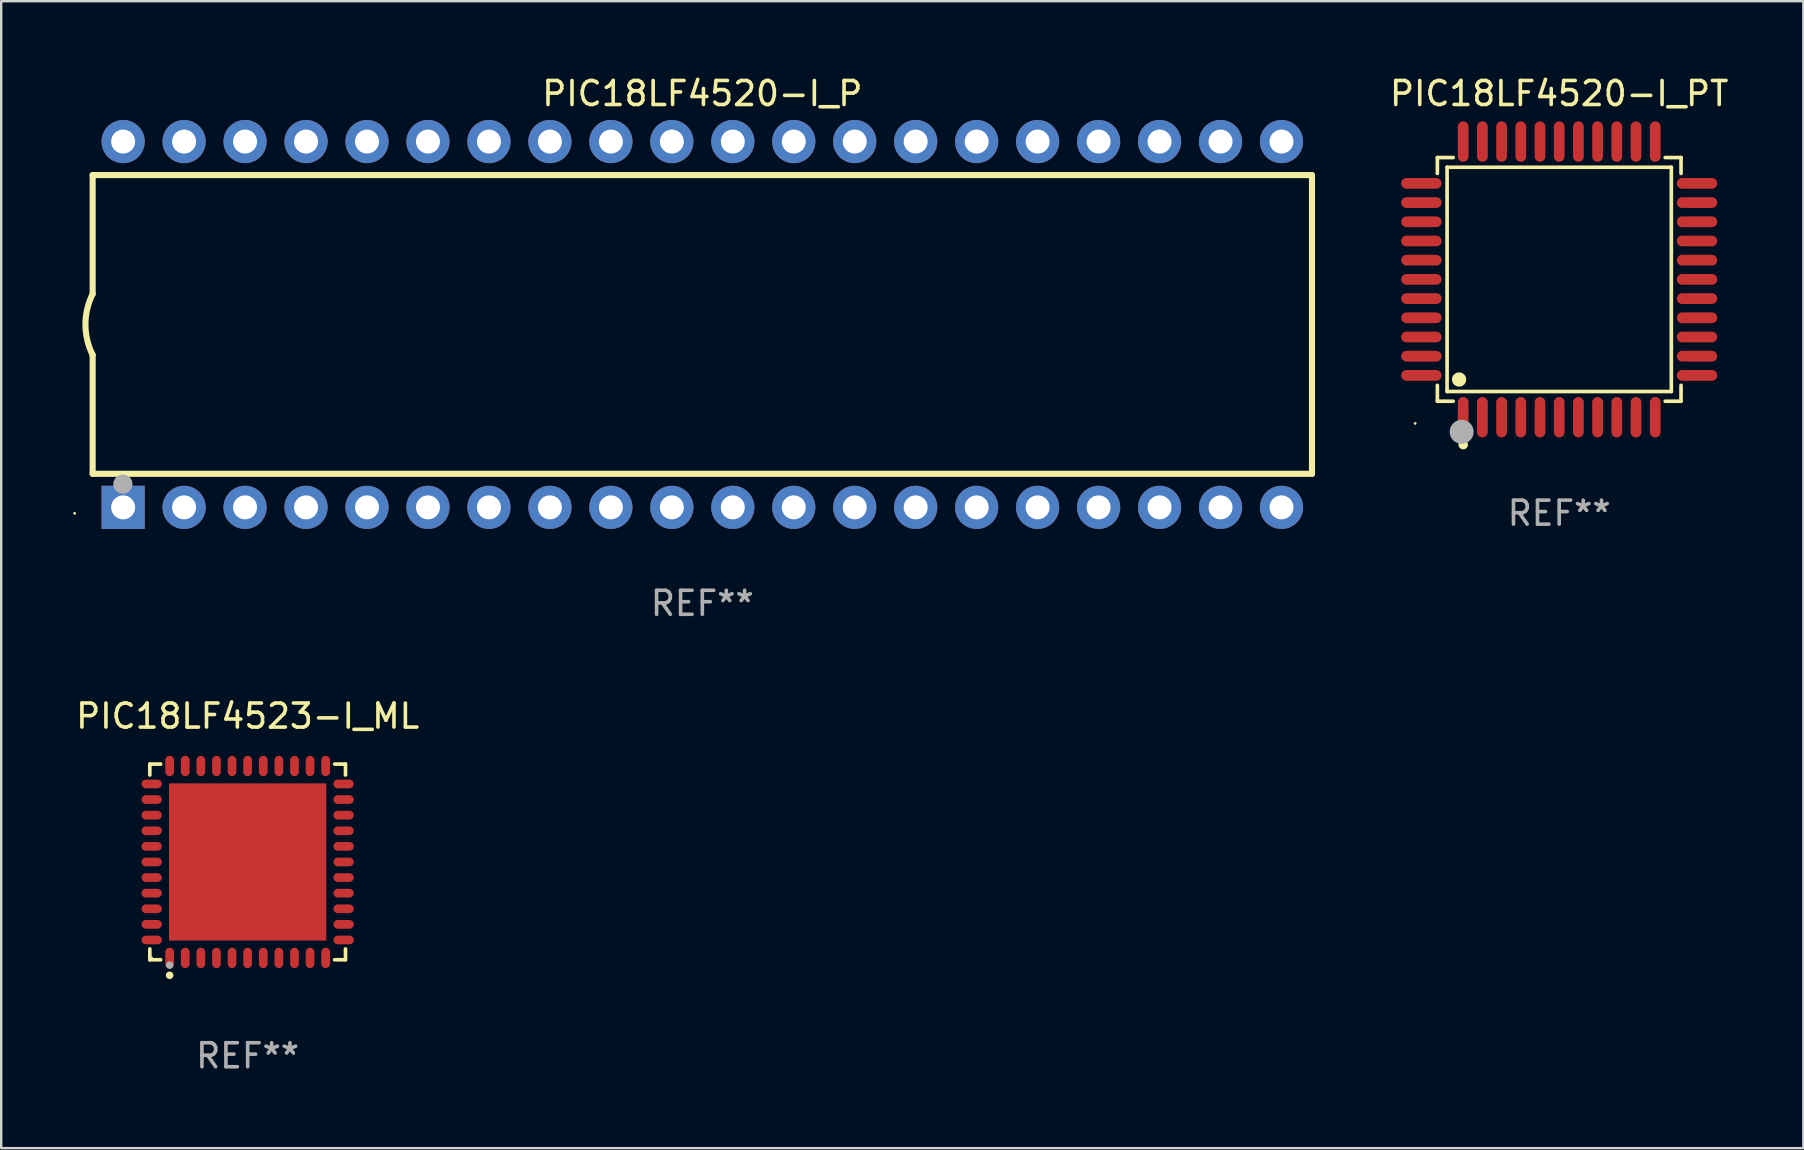
<source format=kicad_pcb>
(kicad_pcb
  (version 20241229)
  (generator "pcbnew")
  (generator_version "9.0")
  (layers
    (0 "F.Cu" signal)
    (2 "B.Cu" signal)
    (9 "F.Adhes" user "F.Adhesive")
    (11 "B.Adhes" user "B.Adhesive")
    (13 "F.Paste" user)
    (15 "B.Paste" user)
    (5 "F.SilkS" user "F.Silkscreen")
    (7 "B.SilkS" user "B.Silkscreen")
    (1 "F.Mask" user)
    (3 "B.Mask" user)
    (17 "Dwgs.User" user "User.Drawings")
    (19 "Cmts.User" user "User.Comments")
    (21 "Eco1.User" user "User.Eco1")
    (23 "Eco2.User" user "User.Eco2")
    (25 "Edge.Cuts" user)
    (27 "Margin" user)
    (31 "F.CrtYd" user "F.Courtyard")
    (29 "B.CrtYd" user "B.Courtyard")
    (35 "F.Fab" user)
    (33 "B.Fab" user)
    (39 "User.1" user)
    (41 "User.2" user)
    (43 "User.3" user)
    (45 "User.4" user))
  (footprint "PIC18LF4520-I_P"
    (layer "F.Cu")
    (at 26.21 10.468)
    (property "Reference" "PIC18LF4520-I_P" (at 0 -9.62 0) (layer "F.SilkS") (effects (font (size 1 1) (thickness 0.15))))
    (attr through_hole)
    (fp_line (start -25.4 -6.224) (end -25.4 -1.271) (stroke (width 0.254) (type solid)) (layer "F.SilkS"))
    (fp_line (start -25.4 -6.224) (end 25.4 -6.224) (stroke (width 0.254) (type solid)) (layer "F.SilkS"))
    (fp_line (start -25.4 1.269) (end -25.4 6.222) (stroke (width 0.254) (type solid)) (layer "F.SilkS"))
    (fp_line (start -25.4 6.222) (end 25.4 6.222) (stroke (width 0.254) (type solid)) (layer "F.SilkS"))
    (fp_line (start 25.4 6.222) (end 25.4 -6.224) (stroke (width 0.254) (type solid)) (layer "F.SilkS"))
    (fp_arc (start -25.4 1.269241) (mid -25.699807 -0.000762) (end -25.4 -1.270765) (stroke (width 0.254001) (type solid)) (layer "F.SilkS"))
    (fp_circle (center -26.15 7.87) (end -26.12 7.87) (stroke (width 0.06) (type solid)) (fill no) (layer "F.SilkS"))
    (fp_circle (center -24.14 6.65) (end -23.94 6.65) (stroke (width 0.4) (type solid)) (fill no) (layer "F.Fab"))
    (fp_text user "REF**" (at 0 11.62 0) (layer "F.Fab") (effects (font (size 1 1) (thickness 0.15))))
    (pad "1" thru_hole rect (at -24.13 7.62 90) (size 1.8 1.8) (drill 1) (layers "*.Cu" "*.Mask"))
    (pad "2" thru_hole circle (at -21.59 7.62) (size 1.8 1.8) (drill 1) (layers "*.Cu" "*.Mask"))
    (pad "3" thru_hole circle (at -19.05 7.62) (size 1.8 1.8) (drill 1) (layers "*.Cu" "*.Mask"))
    (pad "4" thru_hole circle (at -16.51 7.62) (size 1.8 1.8) (drill 1) (layers "*.Cu" "*.Mask"))
    (pad "5" thru_hole circle (at -13.97 7.62) (size 1.8 1.8) (drill 1) (layers "*.Cu" "*.Mask"))
    (pad "6" thru_hole circle (at -11.43 7.62) (size 1.8 1.8) (drill 1) (layers "*.Cu" "*.Mask"))
    (pad "7" thru_hole circle (at -8.89 7.62) (size 1.8 1.8) (drill 1) (layers "*.Cu" "*.Mask"))
    (pad "8" thru_hole circle (at -6.35 7.62) (size 1.8 1.8) (drill 1) (layers "*.Cu" "*.Mask"))
    (pad "9" thru_hole circle (at -3.81 7.62) (size 1.8 1.8) (drill 1) (layers "*.Cu" "*.Mask"))
    (pad "10" thru_hole circle (at -1.27 7.62) (size 1.8 1.8) (drill 1) (layers "*.Cu" "*.Mask"))
    (pad "11" thru_hole circle (at 1.27 7.62) (size 1.8 1.8) (drill 1) (layers "*.Cu" "*.Mask"))
    (pad "12" thru_hole circle (at 3.81 7.62) (size 1.8 1.8) (drill 1) (layers "*.Cu" "*.Mask"))
    (pad "13" thru_hole circle (at 6.35 7.62) (size 1.8 1.8) (drill 1) (layers "*.Cu" "*.Mask"))
    (pad "14" thru_hole circle (at 8.89 7.62) (size 1.8 1.8) (drill 1) (layers "*.Cu" "*.Mask"))
    (pad "15" thru_hole circle (at 11.43 7.62) (size 1.8 1.8) (drill 1) (layers "*.Cu" "*.Mask"))
    (pad "16" thru_hole circle (at 13.97 7.62) (size 1.8 1.8) (drill 1) (layers "*.Cu" "*.Mask"))
    (pad "17" thru_hole circle (at 16.51 7.62) (size 1.8 1.8) (drill 1) (layers "*.Cu" "*.Mask"))
    (pad "18" thru_hole circle (at 19.05 7.62) (size 1.8 1.8) (drill 1) (layers "*.Cu" "*.Mask"))
    (pad "19" thru_hole circle (at 21.59 7.62) (size 1.8 1.8) (drill 1) (layers "*.Cu" "*.Mask"))
    (pad "20" thru_hole circle (at 24.13 7.62) (size 1.8 1.8) (drill 1) (layers "*.Cu" "*.Mask"))
    (pad "21" thru_hole circle (at 24.13 -7.62) (size 1.8 1.8) (drill 1) (layers "*.Cu" "*.Mask"))
    (pad "22" thru_hole circle (at 21.59 -7.62) (size 1.8 1.8) (drill 1) (layers "*.Cu" "*.Mask"))
    (pad "23" thru_hole circle (at 19.05 -7.62) (size 1.8 1.8) (drill 1) (layers "*.Cu" "*.Mask"))
    (pad "24" thru_hole circle (at 16.51 -7.62) (size 1.8 1.8) (drill 1) (layers "*.Cu" "*.Mask"))
    (pad "25" thru_hole circle (at 13.97 -7.62) (size 1.8 1.8) (drill 1) (layers "*.Cu" "*.Mask"))
    (pad "26" thru_hole circle (at 11.43 -7.62) (size 1.8 1.8) (drill 1) (layers "*.Cu" "*.Mask"))
    (pad "27" thru_hole circle (at 8.89 -7.62) (size 1.8 1.8) (drill 1) (layers "*.Cu" "*.Mask"))
    (pad "28" thru_hole circle (at 6.35 -7.62) (size 1.8 1.8) (drill 1) (layers "*.Cu" "*.Mask"))
    (pad "29" thru_hole circle (at 3.81 -7.62) (size 1.8 1.8) (drill 1) (layers "*.Cu" "*.Mask"))
    (pad "30" thru_hole circle (at 1.27 -7.62) (size 1.8 1.8) (drill 1) (layers "*.Cu" "*.Mask"))
    (pad "31" thru_hole circle (at -1.27 -7.62) (size 1.8 1.8) (drill 1) (layers "*.Cu" "*.Mask"))
    (pad "32" thru_hole circle (at -3.81 -7.62) (size 1.8 1.8) (drill 1) (layers "*.Cu" "*.Mask"))
    (pad "33" thru_hole circle (at -6.35 -7.62) (size 1.8 1.8) (drill 1) (layers "*.Cu" "*.Mask"))
    (pad "34" thru_hole circle (at -8.89 -7.62) (size 1.8 1.8) (drill 1) (layers "*.Cu" "*.Mask"))
    (pad "35" thru_hole circle (at -11.43 -7.62) (size 1.8 1.8) (drill 1) (layers "*.Cu" "*.Mask"))
    (pad "36" thru_hole circle (at -13.97 -7.62) (size 1.8 1.8) (drill 1) (layers "*.Cu" "*.Mask"))
    (pad "37" thru_hole circle (at -16.51 -7.62) (size 1.8 1.8) (drill 1) (layers "*.Cu" "*.Mask"))
    (pad "38" thru_hole circle (at -19.05 -7.62) (size 1.8 1.8) (drill 1) (layers "*.Cu" "*.Mask"))
    (pad "39" thru_hole circle (at -21.59 -7.62) (size 1.8 1.8) (drill 1) (layers "*.Cu" "*.Mask"))
    (pad "40" thru_hole circle (at -24.13 -7.62) (size 1.8 1.8) (drill 1) (layers "*.Cu" "*.Mask")))
  (footprint "PIC18LF4520-I_PT"
    (layer "F.Cu")
    (at 61.91 8.59)
    (property "Reference" "PIC18LF4520-I_PT" (at 0 -7.742 0) (layer "F.SilkS") (effects (font (size 1 1) (thickness 0.15))))
    (attr through_hole)
    (fp_line (start -5.076 -5.076) (end -4.415 -5.076) (stroke (width 0.152) (type solid)) (layer "F.SilkS"))
    (fp_line (start -5.076 -4.415) (end -5.076 -5.076) (stroke (width 0.152) (type solid)) (layer "F.SilkS"))
    (fp_line (start -5.076 4.415) (end -5.076 5.076) (stroke (width 0.152) (type solid)) (layer "F.SilkS"))
    (fp_line (start -5.076 5.076) (end -4.415 5.076) (stroke (width 0.152) (type solid)) (layer "F.SilkS"))
    (fp_line (start -4.671 -4.671) (end 4.671 -4.671) (stroke (width 0.152) (type solid)) (layer "F.SilkS"))
    (fp_line (start -4.671 4.671) (end -4.671 -4.671) (stroke (width 0.152) (type solid)) (layer "F.SilkS"))
    (fp_line (start 4.671 -4.671) (end 4.671 4.671) (stroke (width 0.152) (type solid)) (layer "F.SilkS"))
    (fp_line (start 4.671 4.671) (end -4.671 4.671) (stroke (width 0.152) (type solid)) (layer "F.SilkS"))
    (fp_line (start 5.076 -5.076) (end 4.415 -5.076) (stroke (width 0.152) (type solid)) (layer "F.SilkS"))
    (fp_line (start 5.076 -4.415) (end 5.076 -5.076) (stroke (width 0.152) (type solid)) (layer "F.SilkS"))
    (fp_line (start 5.076 4.415) (end 5.076 5.076) (stroke (width 0.152) (type solid)) (layer "F.SilkS"))
    (fp_line (start 5.076 5.076) (end 4.415 5.076) (stroke (width 0.152) (type solid)) (layer "F.SilkS"))
    (fp_circle (center -6 6) (end -5.97 6) (stroke (width 0.06) (type solid)) (fill no) (layer "F.SilkS"))
    (fp_circle (center -4.171 4.171) (end -4.021 4.171) (stroke (width 0.3) (type solid)) (fill no) (layer "F.SilkS"))
    (fp_circle (center -4 6.884) (end -3.9 6.884) (stroke (width 0.2) (type solid)) (fill no) (layer "F.SilkS"))
    (fp_circle (center -4.064 6.35) (end -3.814 6.35) (stroke (width 0.5) (type solid)) (fill no) (layer "F.Fab"))
    (fp_text user "REF**" (at 0 9.742 0) (layer "F.Fab") (effects (font (size 1 1) (thickness 0.15))))
    (pad "1" smd oval (at -4 5.742) (size 0.448 1.684) (layers "F.Cu" "F.Mask" "F.Paste"))
    (pad "2" smd oval (at -3.2 5.742) (size 0.448 1.684) (layers "F.Cu" "F.Mask" "F.Paste"))
    (pad "3" smd oval (at -2.4 5.742) (size 0.448 1.684) (layers "F.Cu" "F.Mask" "F.Paste"))
    (pad "4" smd oval (at -1.6 5.742) (size 0.448 1.684) (layers "F.Cu" "F.Mask" "F.Paste"))
    (pad "5" smd oval (at -0.8 5.742) (size 0.448 1.684) (layers "F.Cu" "F.Mask" "F.Paste"))
    (pad "6" smd oval (at 0 5.742) (size 0.448 1.684) (layers "F.Cu" "F.Mask" "F.Paste"))
    (pad "7" smd oval (at 0.8 5.742) (size 0.448 1.684) (layers "F.Cu" "F.Mask" "F.Paste"))
    (pad "8" smd oval (at 1.6 5.742) (size 0.448 1.684) (layers "F.Cu" "F.Mask" "F.Paste"))
    (pad "9" smd oval (at 2.4 5.742) (size 0.448 1.684) (layers "F.Cu" "F.Mask" "F.Paste"))
    (pad "10" smd oval (at 3.2 5.742) (size 0.448 1.684) (layers "F.Cu" "F.Mask" "F.Paste"))
    (pad "11" smd oval (at 4 5.742) (size 0.448 1.684) (layers "F.Cu" "F.Mask" "F.Paste"))
    (pad "12" smd oval (at 5.742 4) (size 1.684 0.448) (layers "F.Cu" "F.Mask" "F.Paste"))
    (pad "13" smd oval (at 5.742 3.2) (size 1.684 0.448) (layers "F.Cu" "F.Mask" "F.Paste"))
    (pad "14" smd oval (at 5.742 2.4) (size 1.684 0.448) (layers "F.Cu" "F.Mask" "F.Paste"))
    (pad "15" smd oval (at 5.742 1.6) (size 1.684 0.448) (layers "F.Cu" "F.Mask" "F.Paste"))
    (pad "16" smd oval (at 5.742 0.8) (size 1.684 0.448) (layers "F.Cu" "F.Mask" "F.Paste"))
    (pad "17" smd oval (at 5.742 0) (size 1.684 0.448) (layers "F.Cu" "F.Mask" "F.Paste"))
    (pad "18" smd oval (at 5.742 -0.8) (size 1.684 0.448) (layers "F.Cu" "F.Mask" "F.Paste"))
    (pad "19" smd oval (at 5.742 -1.6) (size 1.684 0.448) (layers "F.Cu" "F.Mask" "F.Paste"))
    (pad "20" smd oval (at 5.742 -2.4) (size 1.684 0.448) (layers "F.Cu" "F.Mask" "F.Paste"))
    (pad "21" smd oval (at 5.742 -3.2) (size 1.684 0.448) (layers "F.Cu" "F.Mask" "F.Paste"))
    (pad "22" smd oval (at 5.742 -4) (size 1.684 0.448) (layers "F.Cu" "F.Mask" "F.Paste"))
    (pad "23" smd oval (at 4 -5.742) (size 0.448 1.684) (layers "F.Cu" "F.Mask" "F.Paste"))
    (pad "24" smd oval (at 3.2 -5.742) (size 0.448 1.684) (layers "F.Cu" "F.Mask" "F.Paste"))
    (pad "25" smd oval (at 2.4 -5.742) (size 0.448 1.684) (layers "F.Cu" "F.Mask" "F.Paste"))
    (pad "26" smd oval (at 1.6 -5.742) (size 0.448 1.684) (layers "F.Cu" "F.Mask" "F.Paste"))
    (pad "27" smd oval (at 0.8 -5.742) (size 0.448 1.684) (layers "F.Cu" "F.Mask" "F.Paste"))
    (pad "28" smd oval (at 0 -5.742) (size 0.448 1.684) (layers "F.Cu" "F.Mask" "F.Paste"))
    (pad "29" smd oval (at -0.8 -5.742) (size 0.448 1.684) (layers "F.Cu" "F.Mask" "F.Paste"))
    (pad "30" smd oval (at -1.6 -5.742) (size 0.448 1.684) (layers "F.Cu" "F.Mask" "F.Paste"))
    (pad "31" smd oval (at -2.4 -5.742) (size 0.448 1.684) (layers "F.Cu" "F.Mask" "F.Paste"))
    (pad "32" smd oval (at -3.2 -5.742) (size 0.448 1.684) (layers "F.Cu" "F.Mask" "F.Paste"))
    (pad "33" smd oval (at -4 -5.742) (size 0.448 1.684) (layers "F.Cu" "F.Mask" "F.Paste"))
    (pad "34" smd oval (at -5.742 -4) (size 1.684 0.448) (layers "F.Cu" "F.Mask" "F.Paste"))
    (pad "35" smd oval (at -5.742 -3.2) (size 1.684 0.448) (layers "F.Cu" "F.Mask" "F.Paste"))
    (pad "36" smd oval (at -5.742 -2.4) (size 1.684 0.448) (layers "F.Cu" "F.Mask" "F.Paste"))
    (pad "37" smd oval (at -5.742 -1.6) (size 1.684 0.448) (layers "F.Cu" "F.Mask" "F.Paste"))
    (pad "38" smd oval (at -5.742 -0.8) (size 1.684 0.448) (layers "F.Cu" "F.Mask" "F.Paste"))
    (pad "39" smd oval (at -5.742 0) (size 1.684 0.448) (layers "F.Cu" "F.Mask" "F.Paste"))
    (pad "40" smd oval (at -5.742 0.8) (size 1.684 0.448) (layers "F.Cu" "F.Mask" "F.Paste"))
    (pad "41" smd oval (at -5.742 1.6) (size 1.684 0.448) (layers "F.Cu" "F.Mask" "F.Paste"))
    (pad "42" smd oval (at -5.742 2.4) (size 1.684 0.448) (layers "F.Cu" "F.Mask" "F.Paste"))
    (pad "43" smd oval (at -5.742 3.2) (size 1.684 0.448) (layers "F.Cu" "F.Mask" "F.Paste"))
    (pad "44" smd oval (at -5.742 4) (size 1.684 0.448) (layers "F.Cu" "F.Mask" "F.Paste")))
  (footprint "PIC18LF4523-I_ML"
    (layer "F.Cu")
    (at 7.268 32.861)
    (property "Reference" "PIC18LF4523-I_ML" (at 0 -6.076 0) (layer "F.SilkS") (effects (font (size 1 1) (thickness 0.15))))
    (attr through_hole)
    (fp_line (start -4.076 -4.076) (end -3.623 -4.076) (stroke (width 0.152) (type solid)) (layer "F.SilkS"))
    (fp_line (start -4.076 -3.623) (end -4.076 -4.076) (stroke (width 0.152) (type solid)) (layer "F.SilkS"))
    (fp_line (start -4.076 3.623) (end -4.076 4.076) (stroke (width 0.152) (type solid)) (layer "F.SilkS"))
    (fp_line (start -4.076 4.076) (end -3.623 4.076) (stroke (width 0.152) (type solid)) (layer "F.SilkS"))
    (fp_line (start 4.076 -4.076) (end 3.623 -4.076) (stroke (width 0.152) (type solid)) (layer "F.SilkS"))
    (fp_line (start 4.076 -3.623) (end 4.076 -4.076) (stroke (width 0.152) (type solid)) (layer "F.SilkS"))
    (fp_line (start 4.076 3.623) (end 4.076 4.076) (stroke (width 0.152) (type solid)) (layer "F.SilkS"))
    (fp_line (start 4.076 4.076) (end 3.623 4.076) (stroke (width 0.152) (type solid)) (layer "F.SilkS"))
    (fp_circle (center -4 4) (end -3.97 4) (stroke (width 0.06) (type solid)) (fill no) (layer "F.SilkS"))
    (fp_circle (center -3.25 4.722) (end -3.171 4.722) (stroke (width 0.158) (type solid)) (fill no) (layer "F.SilkS"))
    (fp_circle (center -3.25 4.3) (end -3.171 4.3) (stroke (width 0.158) (type solid)) (fill no) (layer "F.Fab"))
    (fp_text user "REF**" (at 0 8.076 0) (layer "F.Fab") (effects (font (size 1 1) (thickness 0.15))))
    (pad "1" smd oval (at -3.25 3.998) (size 0.364 0.847) (layers "F.Cu" "F.Mask" "F.Paste"))
    (pad "2" smd oval (at -2.6 3.998) (size 0.364 0.847) (layers "F.Cu" "F.Mask" "F.Paste"))
    (pad "3" smd oval (at -1.95 3.998) (size 0.364 0.847) (layers "F.Cu" "F.Mask" "F.Paste"))
    (pad "4" smd oval (at -1.3 3.998) (size 0.364 0.847) (layers "F.Cu" "F.Mask" "F.Paste"))
    (pad "5" smd oval (at -0.65 3.998) (size 0.364 0.847) (layers "F.Cu" "F.Mask" "F.Paste"))
    (pad "6" smd oval (at 0 3.998) (size 0.364 0.847) (layers "F.Cu" "F.Mask" "F.Paste"))
    (pad "7" smd oval (at 0.65 3.998) (size 0.364 0.847) (layers "F.Cu" "F.Mask" "F.Paste"))
    (pad "8" smd oval (at 1.3 3.998) (size 0.364 0.847) (layers "F.Cu" "F.Mask" "F.Paste"))
    (pad "9" smd oval (at 1.95 3.998) (size 0.364 0.847) (layers "F.Cu" "F.Mask" "F.Paste"))
    (pad "10" smd oval (at 2.6 3.998) (size 0.364 0.847) (layers "F.Cu" "F.Mask" "F.Paste"))
    (pad "11" smd oval (at 3.25 3.998) (size 0.364 0.847) (layers "F.Cu" "F.Mask" "F.Paste"))
    (pad "12" smd oval (at 3.998 3.25) (size 0.847 0.364) (layers "F.Cu" "F.Mask" "F.Paste"))
    (pad "13" smd oval (at 3.998 2.6) (size 0.847 0.364) (layers "F.Cu" "F.Mask" "F.Paste"))
    (pad "14" smd oval (at 3.998 1.95) (size 0.847 0.364) (layers "F.Cu" "F.Mask" "F.Paste"))
    (pad "15" smd oval (at 3.998 1.3) (size 0.847 0.364) (layers "F.Cu" "F.Mask" "F.Paste"))
    (pad "16" smd oval (at 3.998 0.65) (size 0.847 0.364) (layers "F.Cu" "F.Mask" "F.Paste"))
    (pad "17" smd oval (at 3.998 0) (size 0.847 0.364) (layers "F.Cu" "F.Mask" "F.Paste"))
    (pad "18" smd oval (at 3.998 -0.65) (size 0.847 0.364) (layers "F.Cu" "F.Mask" "F.Paste"))
    (pad "19" smd oval (at 3.998 -1.3) (size 0.847 0.364) (layers "F.Cu" "F.Mask" "F.Paste"))
    (pad "20" smd oval (at 3.998 -1.95) (size 0.847 0.364) (layers "F.Cu" "F.Mask" "F.Paste"))
    (pad "21" smd oval (at 3.998 -2.6) (size 0.847 0.364) (layers "F.Cu" "F.Mask" "F.Paste"))
    (pad "22" smd oval (at 3.998 -3.25) (size 0.847 0.364) (layers "F.Cu" "F.Mask" "F.Paste"))
    (pad "23" smd oval (at 3.25 -3.998) (size 0.364 0.847) (layers "F.Cu" "F.Mask" "F.Paste"))
    (pad "24" smd oval (at 2.6 -3.998) (size 0.364 0.847) (layers "F.Cu" "F.Mask" "F.Paste"))
    (pad "25" smd oval (at 1.95 -3.998) (size 0.364 0.847) (layers "F.Cu" "F.Mask" "F.Paste"))
    (pad "26" smd oval (at 1.3 -3.998) (size 0.364 0.847) (layers "F.Cu" "F.Mask" "F.Paste"))
    (pad "27" smd oval (at 0.65 -3.998) (size 0.364 0.847) (layers "F.Cu" "F.Mask" "F.Paste"))
    (pad "28" smd oval (at 0 -3.998) (size 0.364 0.847) (layers "F.Cu" "F.Mask" "F.Paste"))
    (pad "29" smd oval (at -0.65 -3.998) (size 0.364 0.847) (layers "F.Cu" "F.Mask" "F.Paste"))
    (pad "30" smd oval (at -1.3 -3.998) (size 0.364 0.847) (layers "F.Cu" "F.Mask" "F.Paste"))
    (pad "31" smd oval (at -1.95 -3.998) (size 0.364 0.847) (layers "F.Cu" "F.Mask" "F.Paste"))
    (pad "32" smd oval (at -2.6 -3.998) (size 0.364 0.847) (layers "F.Cu" "F.Mask" "F.Paste"))
    (pad "33" smd oval (at -3.25 -3.998) (size 0.364 0.847) (layers "F.Cu" "F.Mask" "F.Paste"))
    (pad "34" smd oval (at -3.998 -3.25) (size 0.847 0.364) (layers "F.Cu" "F.Mask" "F.Paste"))
    (pad "35" smd oval (at -3.998 -2.6) (size 0.847 0.364) (layers "F.Cu" "F.Mask" "F.Paste"))
    (pad "36" smd oval (at -3.998 -1.95) (size 0.847 0.364) (layers "F.Cu" "F.Mask" "F.Paste"))
    (pad "37" smd oval (at -3.998 -1.3) (size 0.847 0.364) (layers "F.Cu" "F.Mask" "F.Paste"))
    (pad "38" smd oval (at -3.998 -0.65) (size 0.847 0.364) (layers "F.Cu" "F.Mask" "F.Paste"))
    (pad "39" smd oval (at -3.998 0) (size 0.847 0.364) (layers "F.Cu" "F.Mask" "F.Paste"))
    (pad "40" smd oval (at -3.998 0.65) (size 0.847 0.364) (layers "F.Cu" "F.Mask" "F.Paste"))
    (pad "41" smd oval (at -3.998 1.3) (size 0.847 0.364) (layers "F.Cu" "F.Mask" "F.Paste"))
    (pad "42" smd oval (at -3.998 1.95) (size 0.847 0.364) (layers "F.Cu" "F.Mask" "F.Paste"))
    (pad "43" smd oval (at -3.998 2.6) (size 0.847 0.364) (layers "F.Cu" "F.Mask" "F.Paste"))
    (pad "44" smd oval (at -3.998 3.25) (size 0.847 0.364) (layers "F.Cu" "F.Mask" "F.Paste"))
    (pad "45" smd rect (at 0 0) (size 6.55 6.55) (layers "F.Cu" "F.Mask" "F.Paste")))
  (gr_rect
    (start -3 -3)
    (end 72.082 44.785)
    (stroke (width 0.1) (type default))
    (fill no)
    (layer "Edge.Cuts")))
</source>
